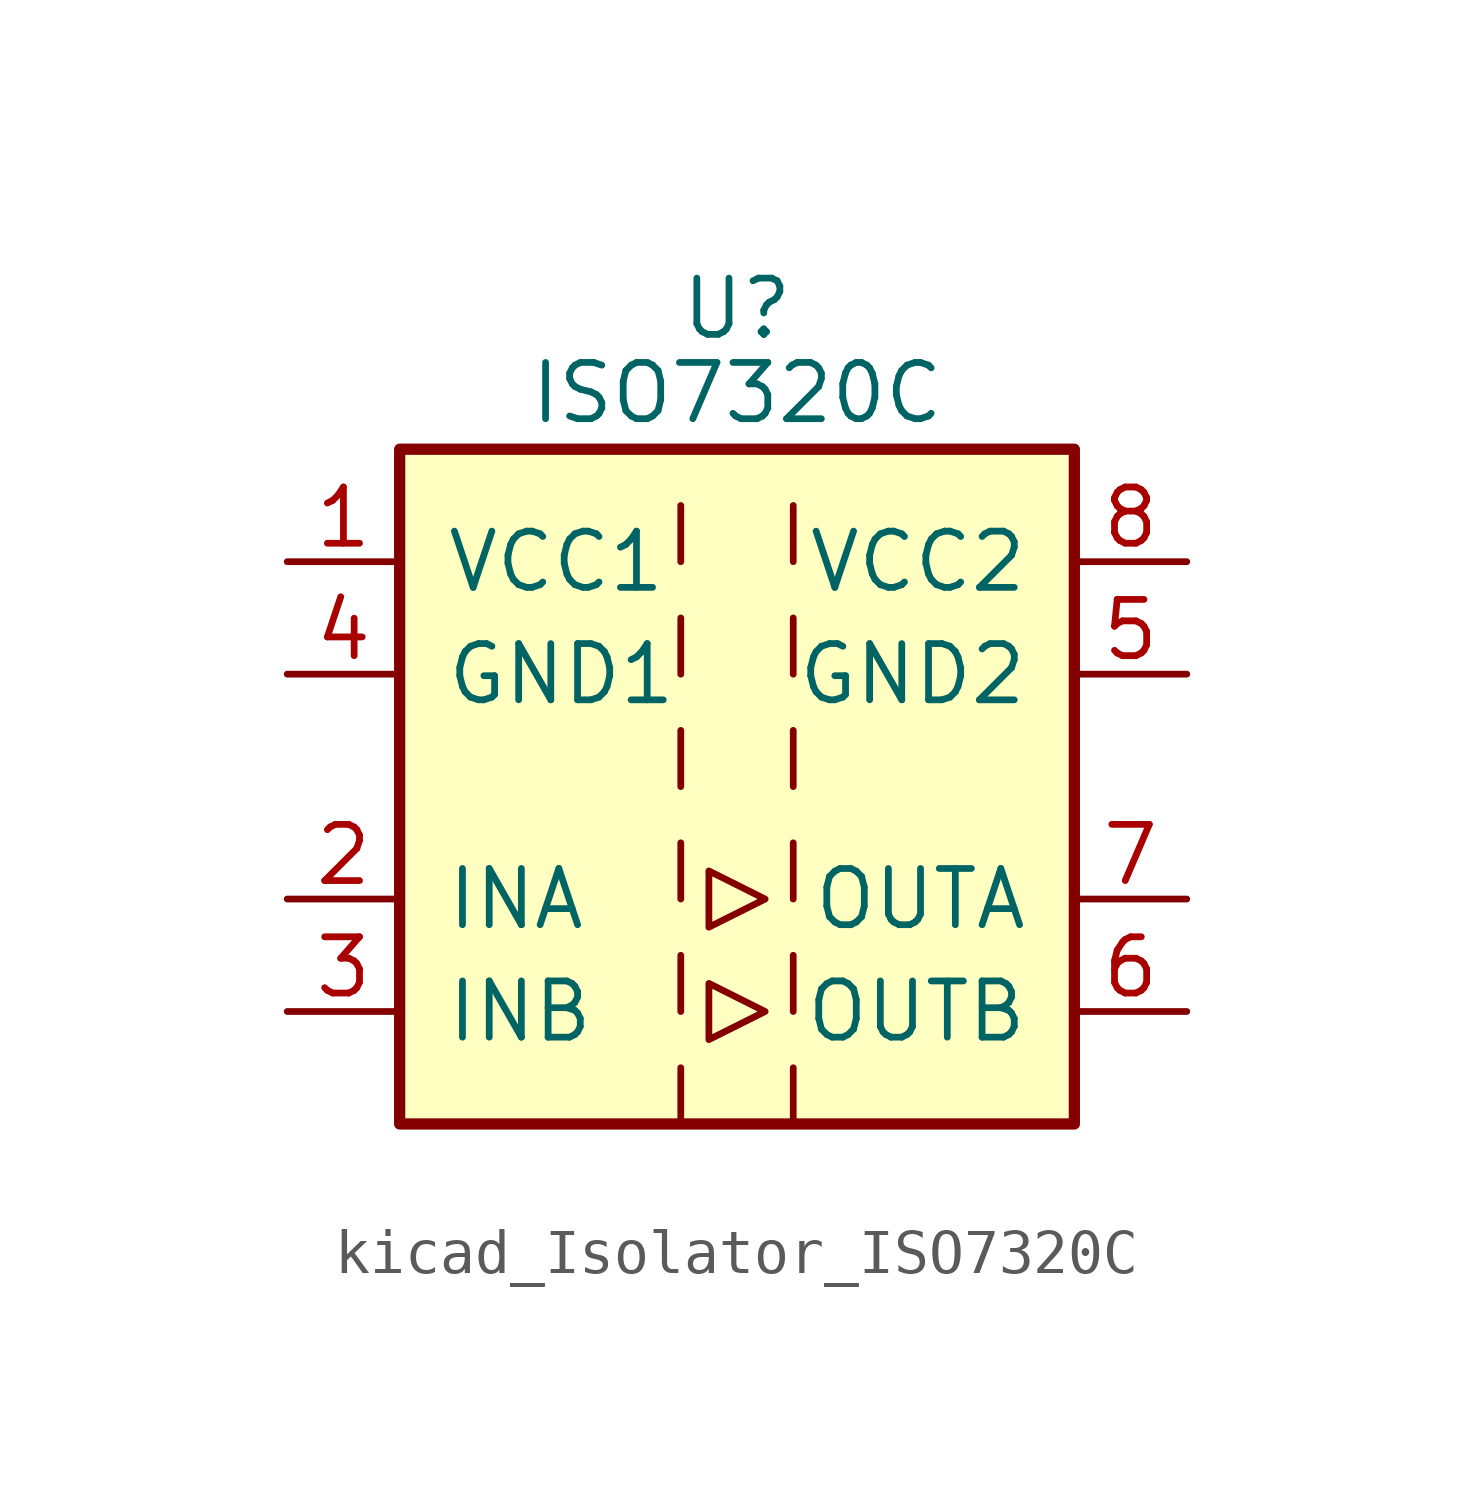
<source format=kicad_sym>
(kicad_symbol_lib
  (version 20220914)
  (generator kicad_symbol_editor)
  (symbol "kicad_Isolator_ISO7320C"
    (pin_names
      (offset 1.016))
    (property "Reference" "U"
      (at 0 10.795 0)
      (effects (font (size 1.27 1.27))))
    (property "Value" "ISO7320C"
      (at 0 8.89 0)
      (effects (font (size 1.27 1.27))))
    (symbol "kicad_Isolator_ISO7320C_0_1"
      (rectangle (start -7.62 7.62) (end 7.62 -7.62) (stroke (width 0.254) (type default)) (fill (type background)))
      (polyline (pts (xy -1.27 -6.35) (xy -1.27 -7.62)) (stroke (width 0) (type default)) (fill (type none)))
      (polyline (pts (xy -1.27 -3.81) (xy -1.27 -5.08)) (stroke (width 0) (type default)) (fill (type none)))
      (polyline (pts (xy -1.27 -1.27) (xy -1.27 -2.54)) (stroke (width 0) (type default)) (fill (type none)))
      (polyline (pts (xy -1.27 1.27) (xy -1.27 0)) (stroke (width 0) (type default)) (fill (type none)))
      (polyline (pts (xy -1.27 3.81) (xy -1.27 2.54)) (stroke (width 0) (type default)) (fill (type none)))
      (polyline (pts (xy -1.27 6.35) (xy -1.27 5.08)) (stroke (width 0) (type default)) (fill (type none)))
      (polyline (pts (xy 1.27 -6.35) (xy 1.27 -7.62)) (stroke (width 0) (type default)) (fill (type none)))
      (polyline (pts (xy 1.27 -3.81) (xy 1.27 -5.08)) (stroke (width 0) (type default)) (fill (type none)))
      (polyline (pts (xy 1.27 -1.27) (xy 1.27 -2.54)) (stroke (width 0) (type default)) (fill (type none)))
      (polyline (pts (xy 1.27 1.27) (xy 1.27 0)) (stroke (width 0) (type default)) (fill (type none)))
      (polyline (pts (xy 1.27 3.81) (xy 1.27 2.54)) (stroke (width 0) (type default)) (fill (type none)))
      (polyline (pts (xy 1.27 6.35) (xy 1.27 5.08)) (stroke (width 0) (type default)) (fill (type none)))
      (polyline (pts (xy -0.635 -4.445) (xy -0.635 -5.715) (xy 0.635 -5.08) (xy -0.635 -4.445)) (stroke (width 0) (type default)) (fill (type none)))
      (polyline (pts (xy -0.635 -1.905) (xy -0.635 -3.175) (xy 0.635 -2.54) (xy -0.635 -1.905)) (stroke (width 0) (type default)) (fill (type none))))
    (symbol "kicad_Isolator_ISO7320C_1_1"
      (pin power_in line (at -10.16 5.08 0) (length 2.54) (name "VCC1" (effects (font (size 1.27 1.27)))) (number "1" (effects (font (size 1.27 1.27)))))
      (pin input line (at -10.16 -2.54 0) (length 2.54) (name "INA" (effects (font (size 1.27 1.27)))) (number "2" (effects (font (size 1.27 1.27)))))
      (pin input line (at -10.16 -5.08 0) (length 2.54) (name "INB" (effects (font (size 1.27 1.27)))) (number "3" (effects (font (size 1.27 1.27)))))
      (pin power_in line (at -10.16 2.54 0) (length 2.54) (name "GND1" (effects (font (size 1.27 1.27)))) (number "4" (effects (font (size 1.27 1.27)))))
      (pin power_in line (at 10.16 2.54 180) (length 2.54) (name "GND2" (effects (font (size 1.27 1.27)))) (number "5" (effects (font (size 1.27 1.27)))))
      (pin output line (at 10.16 -5.08 180) (length 2.54) (name "OUTB" (effects (font (size 1.27 1.27)))) (number "6" (effects (font (size 1.27 1.27)))))
      (pin output line (at 10.16 -2.54 180) (length 2.54) (name "OUTA" (effects (font (size 1.27 1.27)))) (number "7" (effects (font (size 1.27 1.27)))))
      (pin power_in line (at 10.16 5.08 180) (length 2.54) (name "VCC2" (effects (font (size 1.27 1.27)))) (number "8" (effects (font (size 1.27 1.27))))))))
</source>
